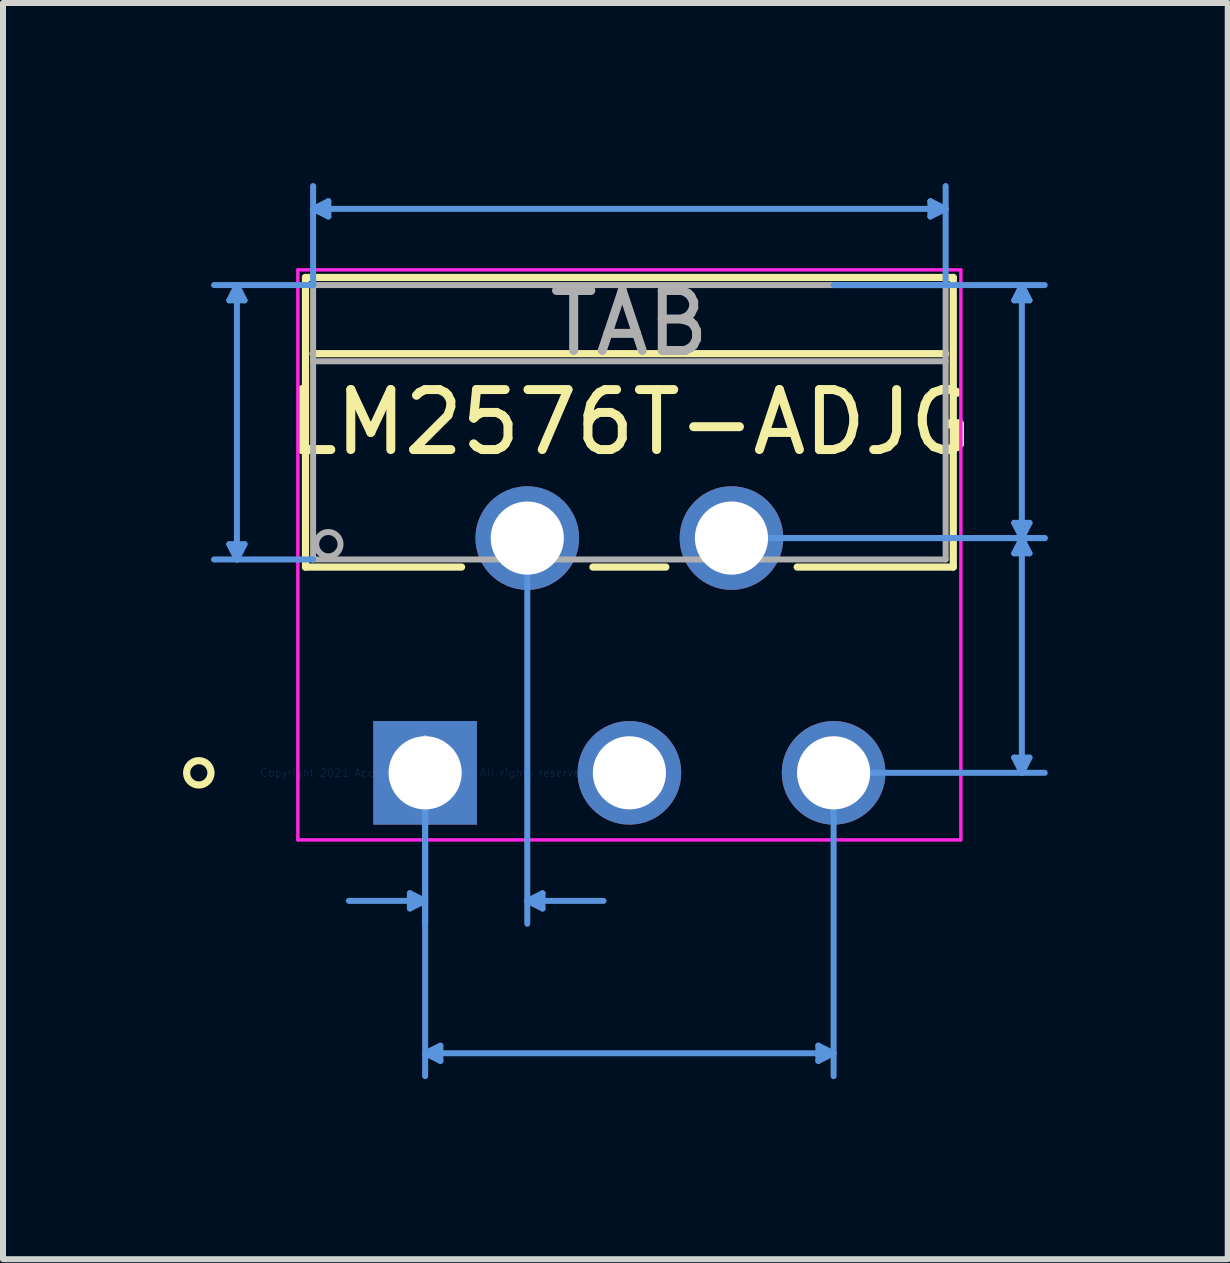
<source format=kicad_pcb>
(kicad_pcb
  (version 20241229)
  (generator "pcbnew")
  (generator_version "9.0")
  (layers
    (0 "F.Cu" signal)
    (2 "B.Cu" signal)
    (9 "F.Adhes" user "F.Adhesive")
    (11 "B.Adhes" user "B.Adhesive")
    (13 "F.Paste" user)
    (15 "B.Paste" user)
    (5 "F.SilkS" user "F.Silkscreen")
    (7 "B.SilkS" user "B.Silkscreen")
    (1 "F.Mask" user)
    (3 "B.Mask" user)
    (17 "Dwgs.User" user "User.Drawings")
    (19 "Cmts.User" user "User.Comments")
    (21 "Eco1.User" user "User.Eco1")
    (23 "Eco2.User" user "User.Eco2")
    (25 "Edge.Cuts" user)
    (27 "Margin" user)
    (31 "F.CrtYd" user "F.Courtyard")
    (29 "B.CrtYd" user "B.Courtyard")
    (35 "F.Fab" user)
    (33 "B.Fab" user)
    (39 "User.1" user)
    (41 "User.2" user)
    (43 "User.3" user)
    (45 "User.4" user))
  (footprint "LM2576T-ADJG"
    (layer "F.Cu")
    (at 4.035 9.829)
    (property "Reference" "LM2576T-ADJG" (at 3.404 -5.842 0) (layer "F.SilkS") (effects (font (size 1 1) (thickness 0.15))))
    (attr through_hole)
    (fp_line (start -1.994 -8.255) (end -1.994 -3.429) (stroke (width 0.12) (type solid)) (layer "F.SilkS"))
    (fp_line (start -1.994 -3.429) (end 0.607 -3.429) (stroke (width 0.12) (type solid)) (layer "F.SilkS"))
    (fp_line (start -1.867 -6.985) (end 8.674 -6.985) (stroke (width 0.12) (type solid)) (layer "F.SilkS"))
    (fp_line (start 2.796 -3.429) (end 4.011 -3.429) (stroke (width 0.12) (type solid)) (layer "F.SilkS"))
    (fp_line (start 6.2 -3.429) (end 8.801 -3.429) (stroke (width 0.12) (type solid)) (layer "F.SilkS"))
    (fp_line (start 8.801 -8.255) (end -1.994 -8.255) (stroke (width 0.12) (type solid)) (layer "F.SilkS"))
    (fp_line (start 8.801 -3.429) (end 8.801 -8.255) (stroke (width 0.12) (type solid)) (layer "F.SilkS"))
    (fp_circle (center -3.772 0) (end -3.569 0) (stroke (width 0.12) (type solid)) (fill no) (layer "F.SilkS"))
    (fp_line (start -3.264 -7.874) (end -3.01 -7.874) (stroke (width 0.1) (type solid)) (layer "Cmts.User"))
    (fp_line (start -3.264 -3.81) (end -3.01 -3.81) (stroke (width 0.1) (type solid)) (layer "Cmts.User"))
    (fp_line (start -3.137 -8.128) (end -3.264 -7.874) (stroke (width 0.1) (type solid)) (layer "Cmts.User"))
    (fp_line (start -3.137 -8.128) (end -3.137 -3.556) (stroke (width 0.1) (type solid)) (layer "Cmts.User"))
    (fp_line (start -3.137 -8.128) (end -3.01 -7.874) (stroke (width 0.1) (type solid)) (layer "Cmts.User"))
    (fp_line (start -3.137 -3.556) (end -3.264 -3.81) (stroke (width 0.1) (type solid)) (layer "Cmts.User"))
    (fp_line (start -3.137 -3.556) (end -3.01 -3.81) (stroke (width 0.1) (type solid)) (layer "Cmts.User"))
    (fp_line (start -1.867 -9.398) (end -1.613 -9.525) (stroke (width 0.1) (type solid)) (layer "Cmts.User"))
    (fp_line (start -1.867 -9.398) (end -1.613 -9.271) (stroke (width 0.1) (type solid)) (layer "Cmts.User"))
    (fp_line (start -1.867 -9.398) (end 8.674 -9.398) (stroke (width 0.1) (type solid)) (layer "Cmts.User"))
    (fp_line (start -1.867 -8.128) (end -3.518 -8.128) (stroke (width 0.1) (type solid)) (layer "Cmts.User"))
    (fp_line (start -1.867 -8.128) (end -1.867 -9.779) (stroke (width 0.1) (type solid)) (layer "Cmts.User"))
    (fp_line (start -1.867 -3.556) (end -3.518 -3.556) (stroke (width 0.1) (type solid)) (layer "Cmts.User"))
    (fp_line (start -1.613 -9.525) (end -1.613 -9.271) (stroke (width 0.1) (type solid)) (layer "Cmts.User"))
    (fp_line (start -0.254 2.007) (end -0.254 2.261) (stroke (width 0.1) (type solid)) (layer "Cmts.User"))
    (fp_line (start 0 0) (end 0 2.515) (stroke (width 0.1) (type solid)) (layer "Cmts.User"))
    (fp_line (start 0 0) (end 0 5.055) (stroke (width 0.1) (type solid)) (layer "Cmts.User"))
    (fp_line (start 0 2.134) (end -1.27 2.134) (stroke (width 0.1) (type solid)) (layer "Cmts.User"))
    (fp_line (start 0 2.134) (end -0.254 2.007) (stroke (width 0.1) (type solid)) (layer "Cmts.User"))
    (fp_line (start 0 2.134) (end -0.254 2.261) (stroke (width 0.1) (type solid)) (layer "Cmts.User"))
    (fp_line (start 0 4.674) (end 0.254 4.547) (stroke (width 0.1) (type solid)) (layer "Cmts.User"))
    (fp_line (start 0 4.674) (end 0.254 4.801) (stroke (width 0.1) (type solid)) (layer "Cmts.User"))
    (fp_line (start 0 4.674) (end 6.807 4.674) (stroke (width 0.1) (type solid)) (layer "Cmts.User"))
    (fp_line (start 0.254 4.547) (end 0.254 4.801) (stroke (width 0.1) (type solid)) (layer "Cmts.User"))
    (fp_line (start 1.702 -3.912) (end 1.702 2.515) (stroke (width 0.1) (type solid)) (layer "Cmts.User"))
    (fp_line (start 1.702 2.134) (end 1.956 2.007) (stroke (width 0.1) (type solid)) (layer "Cmts.User"))
    (fp_line (start 1.702 2.134) (end 1.956 2.261) (stroke (width 0.1) (type solid)) (layer "Cmts.User"))
    (fp_line (start 1.702 2.134) (end 2.972 2.134) (stroke (width 0.1) (type solid)) (layer "Cmts.User"))
    (fp_line (start 1.956 2.007) (end 1.956 2.261) (stroke (width 0.1) (type solid)) (layer "Cmts.User"))
    (fp_line (start 5.105 -3.912) (end 10.325 -3.912) (stroke (width 0.1) (type solid)) (layer "Cmts.User"))
    (fp_line (start 5.105 -3.912) (end 10.325 -3.912) (stroke (width 0.1) (type solid)) (layer "Cmts.User"))
    (fp_line (start 6.553 4.547) (end 6.553 4.801) (stroke (width 0.1) (type solid)) (layer "Cmts.User"))
    (fp_line (start 6.807 -8.128) (end 10.325 -8.128) (stroke (width 0.1) (type solid)) (layer "Cmts.User"))
    (fp_line (start 6.807 0) (end 6.807 5.055) (stroke (width 0.1) (type solid)) (layer "Cmts.User"))
    (fp_line (start 6.807 0) (end 10.325 0) (stroke (width 0.1) (type solid)) (layer "Cmts.User"))
    (fp_line (start 6.807 4.674) (end 6.553 4.547) (stroke (width 0.1) (type solid)) (layer "Cmts.User"))
    (fp_line (start 6.807 4.674) (end 6.553 4.801) (stroke (width 0.1) (type solid)) (layer "Cmts.User"))
    (fp_line (start 8.42 -9.525) (end 8.42 -9.271) (stroke (width 0.1) (type solid)) (layer "Cmts.User"))
    (fp_line (start 8.674 -9.398) (end 8.42 -9.525) (stroke (width 0.1) (type solid)) (layer "Cmts.User"))
    (fp_line (start 8.674 -9.398) (end 8.42 -9.271) (stroke (width 0.1) (type solid)) (layer "Cmts.User"))
    (fp_line (start 8.674 -8.128) (end 8.674 -9.779) (stroke (width 0.1) (type solid)) (layer "Cmts.User"))
    (fp_line (start 9.817 -7.874) (end 10.071 -7.874) (stroke (width 0.1) (type solid)) (layer "Cmts.User"))
    (fp_line (start 9.817 -4.166) (end 10.071 -4.166) (stroke (width 0.1) (type solid)) (layer "Cmts.User"))
    (fp_line (start 9.817 -3.658) (end 10.071 -3.658) (stroke (width 0.1) (type solid)) (layer "Cmts.User"))
    (fp_line (start 9.817 -0.254) (end 10.071 -0.254) (stroke (width 0.1) (type solid)) (layer "Cmts.User"))
    (fp_line (start 9.944 -8.128) (end 9.817 -7.874) (stroke (width 0.1) (type solid)) (layer "Cmts.User"))
    (fp_line (start 9.944 -8.128) (end 9.944 -3.912) (stroke (width 0.1) (type solid)) (layer "Cmts.User"))
    (fp_line (start 9.944 -8.128) (end 10.071 -7.874) (stroke (width 0.1) (type solid)) (layer "Cmts.User"))
    (fp_line (start 9.944 -3.912) (end 9.817 -4.166) (stroke (width 0.1) (type solid)) (layer "Cmts.User"))
    (fp_line (start 9.944 -3.912) (end 9.817 -3.658) (stroke (width 0.1) (type solid)) (layer "Cmts.User"))
    (fp_line (start 9.944 -3.912) (end 9.944 0) (stroke (width 0.1) (type solid)) (layer "Cmts.User"))
    (fp_line (start 9.944 -3.912) (end 10.071 -4.166) (stroke (width 0.1) (type solid)) (layer "Cmts.User"))
    (fp_line (start 9.944 -3.912) (end 10.071 -3.658) (stroke (width 0.1) (type solid)) (layer "Cmts.User"))
    (fp_line (start 9.944 0) (end 9.817 -0.254) (stroke (width 0.1) (type solid)) (layer "Cmts.User"))
    (fp_line (start 9.944 0) (end 10.071 -0.254) (stroke (width 0.1) (type solid)) (layer "Cmts.User"))
    (fp_line (start -2.121 -8.382) (end -2.121 1.118) (stroke (width 0.05) (type solid)) (layer "F.CrtYd"))
    (fp_line (start -2.121 -8.382) (end -2.121 1.118) (stroke (width 0.05) (type solid)) (layer "F.CrtYd"))
    (fp_line (start -2.121 1.118) (end 8.928 1.118) (stroke (width 0.05) (type solid)) (layer "F.CrtYd"))
    (fp_line (start -2.121 1.118) (end 8.928 1.118) (stroke (width 0.05) (type solid)) (layer "F.CrtYd"))
    (fp_line (start 8.928 -8.382) (end -2.121 -8.382) (stroke (width 0.05) (type solid)) (layer "F.CrtYd"))
    (fp_line (start 8.928 -8.382) (end -2.121 -8.382) (stroke (width 0.05) (type solid)) (layer "F.CrtYd"))
    (fp_line (start 8.928 1.118) (end 8.928 -8.382) (stroke (width 0.05) (type solid)) (layer "F.CrtYd"))
    (fp_line (start 8.928 1.118) (end 8.928 -8.382) (stroke (width 0.05) (type solid)) (layer "F.CrtYd"))
    (fp_line (start -1.867 -8.128) (end -1.867 -3.556) (stroke (width 0.1) (type solid)) (layer "F.Fab"))
    (fp_line (start -1.867 -6.858) (end 8.674 -6.858) (stroke (width 0.1) (type solid)) (layer "F.Fab"))
    (fp_line (start -1.867 -3.556) (end 8.674 -3.556) (stroke (width 0.1) (type solid)) (layer "F.Fab"))
    (fp_line (start 8.674 -8.128) (end -1.867 -8.128) (stroke (width 0.1) (type solid)) (layer "F.Fab"))
    (fp_line (start 8.674 -3.556) (end 8.674 -8.128) (stroke (width 0.1) (type solid)) (layer "F.Fab"))
    (fp_circle (center -1.613 -3.81) (end -1.41 -3.81) (stroke (width 0.1) (type solid)) (fill no) (layer "F.Fab"))
    (fp_text user "*" (at 0 0 0) (layer "F.SilkS") (effects (font (size 1 1) (thickness 0.15))))
    (fp_text user "Copyright 2021 Accelerated Designs. All rights reserved." (at 0 0 0) (layer "Cmts.User") (effects (font (size 0.127 0.127) (thickness 0.002))))
    (fp_text user "TAB" (at 3.404 -7.493 0) (layer "F.Fab") (effects (font (size 1 1) (thickness 0.15))))
    (fp_text user "*" (at 0 0 0) (layer "F.Fab") (effects (font (size 1 1) (thickness 0.15))))
    (pad "1" thru_hole rect (at 0 0) (size 1.727 1.727) (drill 1.219) (layers "*.Cu" "*.Mask"))
    (pad "2" thru_hole circle (at 1.702 -3.912) (size 1.727 1.727) (drill 1.219) (layers "*.Cu" "*.Mask"))
    (pad "3" thru_hole circle (at 3.404 0) (size 1.727 1.727) (drill 1.219) (layers "*.Cu" "*.Mask"))
    (pad "4" thru_hole circle (at 5.105 -3.912) (size 1.727 1.727) (drill 1.219) (layers "*.Cu" "*.Mask"))
    (pad "5" thru_hole circle (at 6.807 0) (size 1.727 1.727) (drill 1.219) (layers "*.Cu" "*.Mask")))
  (gr_rect
    (start -3 -3)
    (end 17.41 17.934)
    (stroke (width 0.1) (type default))
    (fill no)
    (layer "Edge.Cuts")))
</source>
